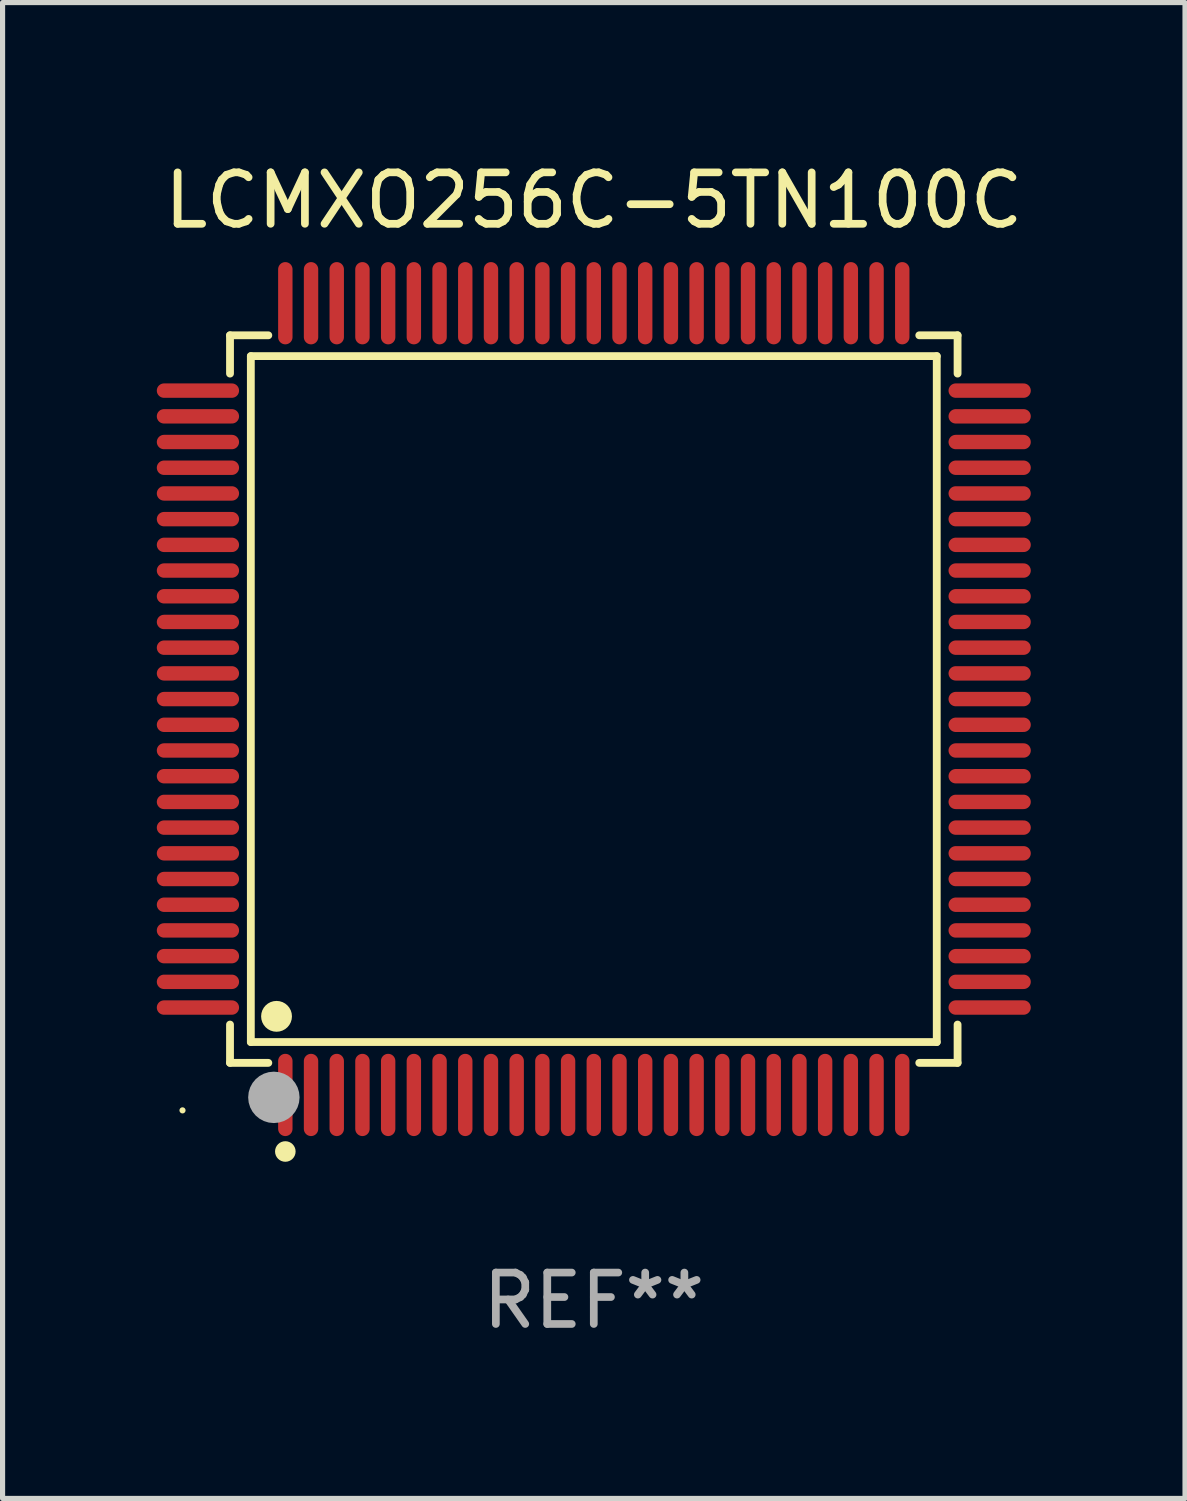
<source format=kicad_pcb>
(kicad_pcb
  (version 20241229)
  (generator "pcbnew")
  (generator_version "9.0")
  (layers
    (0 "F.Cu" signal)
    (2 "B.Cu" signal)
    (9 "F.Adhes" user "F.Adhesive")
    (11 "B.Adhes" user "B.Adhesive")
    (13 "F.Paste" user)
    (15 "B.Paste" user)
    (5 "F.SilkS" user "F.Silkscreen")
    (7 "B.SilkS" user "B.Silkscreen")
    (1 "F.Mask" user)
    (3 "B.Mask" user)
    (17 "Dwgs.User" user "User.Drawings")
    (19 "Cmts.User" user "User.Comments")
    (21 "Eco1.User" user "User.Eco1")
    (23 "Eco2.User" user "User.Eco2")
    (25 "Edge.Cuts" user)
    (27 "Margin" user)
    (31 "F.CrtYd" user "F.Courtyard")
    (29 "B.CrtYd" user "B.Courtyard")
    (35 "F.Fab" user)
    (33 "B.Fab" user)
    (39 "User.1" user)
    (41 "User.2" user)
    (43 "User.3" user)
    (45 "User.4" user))
  (footprint "LCMXO256C-5TN100C"
    (layer "F.Cu")
    (at 8.5 10.548)
    (property "Reference" "LCMXO256C-5TN100C" (at 0 -9.7 0) (layer "F.SilkS") (effects (font (size 1 1) (thickness 0.15))))
    (attr through_hole)
    (fp_line (start -7.076 -7.076) (end -6.331 -7.076) (stroke (width 0.152) (type solid)) (layer "F.SilkS"))
    (fp_line (start -7.076 -6.331) (end -7.076 -7.076) (stroke (width 0.152) (type solid)) (layer "F.SilkS"))
    (fp_line (start -7.076 6.331) (end -7.076 7.076) (stroke (width 0.152) (type solid)) (layer "F.SilkS"))
    (fp_line (start -7.076 7.076) (end -6.331 7.076) (stroke (width 0.152) (type solid)) (layer "F.SilkS"))
    (fp_line (start -6.671 -6.671) (end 6.671 -6.671) (stroke (width 0.152) (type solid)) (layer "F.SilkS"))
    (fp_line (start -6.671 6.671) (end -6.671 -6.671) (stroke (width 0.152) (type solid)) (layer "F.SilkS"))
    (fp_line (start 6.671 -6.671) (end 6.671 6.671) (stroke (width 0.152) (type solid)) (layer "F.SilkS"))
    (fp_line (start 6.671 6.671) (end -6.671 6.671) (stroke (width 0.152) (type solid)) (layer "F.SilkS"))
    (fp_line (start 7.076 -7.076) (end 6.331 -7.076) (stroke (width 0.152) (type solid)) (layer "F.SilkS"))
    (fp_line (start 7.076 -6.331) (end 7.076 -7.076) (stroke (width 0.152) (type solid)) (layer "F.SilkS"))
    (fp_line (start 7.076 6.331) (end 7.076 7.076) (stroke (width 0.152) (type solid)) (layer "F.SilkS"))
    (fp_line (start 7.076 7.076) (end 6.331 7.076) (stroke (width 0.152) (type solid)) (layer "F.SilkS"))
    (fp_circle (center -8 8) (end -7.97 8) (stroke (width 0.06) (type solid)) (fill no) (layer "F.SilkS"))
    (fp_circle (center -6.171 6.171) (end -6.021 6.171) (stroke (width 0.3) (type solid)) (fill no) (layer "F.SilkS"))
    (fp_circle (center -6 8.8) (end -5.9 8.8) (stroke (width 0.2) (type solid)) (fill no) (layer "F.SilkS"))
    (fp_circle (center -6.223 7.747) (end -5.973 7.747) (stroke (width 0.5) (type solid)) (fill no) (layer "F.Fab"))
    (fp_text user "REF**" (at 0 11.7 0) (layer "F.Fab") (effects (font (size 1 1) (thickness 0.15))))
    (pad "1" smd oval (at -6 7.7) (size 0.28 1.6) (layers "F.Cu" "F.Mask" "F.Paste"))
    (pad "2" smd oval (at -5.5 7.7) (size 0.28 1.6) (layers "F.Cu" "F.Mask" "F.Paste"))
    (pad "3" smd oval (at -5 7.7) (size 0.28 1.6) (layers "F.Cu" "F.Mask" "F.Paste"))
    (pad "4" smd oval (at -4.5 7.7) (size 0.28 1.6) (layers "F.Cu" "F.Mask" "F.Paste"))
    (pad "5" smd oval (at -4 7.7) (size 0.28 1.6) (layers "F.Cu" "F.Mask" "F.Paste"))
    (pad "6" smd oval (at -3.5 7.7) (size 0.28 1.6) (layers "F.Cu" "F.Mask" "F.Paste"))
    (pad "7" smd oval (at -3 7.7) (size 0.28 1.6) (layers "F.Cu" "F.Mask" "F.Paste"))
    (pad "8" smd oval (at -2.5 7.7) (size 0.28 1.6) (layers "F.Cu" "F.Mask" "F.Paste"))
    (pad "9" smd oval (at -2 7.7) (size 0.28 1.6) (layers "F.Cu" "F.Mask" "F.Paste"))
    (pad "10" smd oval (at -1.5 7.7) (size 0.28 1.6) (layers "F.Cu" "F.Mask" "F.Paste"))
    (pad "11" smd oval (at -1 7.7) (size 0.28 1.6) (layers "F.Cu" "F.Mask" "F.Paste"))
    (pad "12" smd oval (at -0.5 7.7) (size 0.28 1.6) (layers "F.Cu" "F.Mask" "F.Paste"))
    (pad "13" smd oval (at 0 7.7) (size 0.28 1.6) (layers "F.Cu" "F.Mask" "F.Paste"))
    (pad "14" smd oval (at 0.5 7.7) (size 0.28 1.6) (layers "F.Cu" "F.Mask" "F.Paste"))
    (pad "15" smd oval (at 1 7.7) (size 0.28 1.6) (layers "F.Cu" "F.Mask" "F.Paste"))
    (pad "16" smd oval (at 1.5 7.7) (size 0.28 1.6) (layers "F.Cu" "F.Mask" "F.Paste"))
    (pad "17" smd oval (at 2 7.7) (size 0.28 1.6) (layers "F.Cu" "F.Mask" "F.Paste"))
    (pad "18" smd oval (at 2.5 7.7) (size 0.28 1.6) (layers "F.Cu" "F.Mask" "F.Paste"))
    (pad "19" smd oval (at 3 7.7) (size 0.28 1.6) (layers "F.Cu" "F.Mask" "F.Paste"))
    (pad "20" smd oval (at 3.5 7.7) (size 0.28 1.6) (layers "F.Cu" "F.Mask" "F.Paste"))
    (pad "21" smd oval (at 4 7.7) (size 0.28 1.6) (layers "F.Cu" "F.Mask" "F.Paste"))
    (pad "22" smd oval (at 4.5 7.7) (size 0.28 1.6) (layers "F.Cu" "F.Mask" "F.Paste"))
    (pad "23" smd oval (at 5 7.7) (size 0.28 1.6) (layers "F.Cu" "F.Mask" "F.Paste"))
    (pad "24" smd oval (at 5.5 7.7) (size 0.28 1.6) (layers "F.Cu" "F.Mask" "F.Paste"))
    (pad "25" smd oval (at 6 7.7) (size 0.28 1.6) (layers "F.Cu" "F.Mask" "F.Paste"))
    (pad "26" smd oval (at 7.7 6) (size 1.6 0.28) (layers "F.Cu" "F.Mask" "F.Paste"))
    (pad "27" smd oval (at 7.7 5.5) (size 1.6 0.28) (layers "F.Cu" "F.Mask" "F.Paste"))
    (pad "28" smd oval (at 7.7 5) (size 1.6 0.28) (layers "F.Cu" "F.Mask" "F.Paste"))
    (pad "29" smd oval (at 7.7 4.5) (size 1.6 0.28) (layers "F.Cu" "F.Mask" "F.Paste"))
    (pad "30" smd oval (at 7.7 4) (size 1.6 0.28) (layers "F.Cu" "F.Mask" "F.Paste"))
    (pad "31" smd oval (at 7.7 3.5) (size 1.6 0.28) (layers "F.Cu" "F.Mask" "F.Paste"))
    (pad "32" smd oval (at 7.7 3) (size 1.6 0.28) (layers "F.Cu" "F.Mask" "F.Paste"))
    (pad "33" smd oval (at 7.7 2.5) (size 1.6 0.28) (layers "F.Cu" "F.Mask" "F.Paste"))
    (pad "34" smd oval (at 7.7 2) (size 1.6 0.28) (layers "F.Cu" "F.Mask" "F.Paste"))
    (pad "35" smd oval (at 7.7 1.5) (size 1.6 0.28) (layers "F.Cu" "F.Mask" "F.Paste"))
    (pad "36" smd oval (at 7.7 1) (size 1.6 0.28) (layers "F.Cu" "F.Mask" "F.Paste"))
    (pad "37" smd oval (at 7.7 0.5) (size 1.6 0.28) (layers "F.Cu" "F.Mask" "F.Paste"))
    (pad "38" smd oval (at 7.7 0) (size 1.6 0.28) (layers "F.Cu" "F.Mask" "F.Paste"))
    (pad "39" smd oval (at 7.7 -0.5) (size 1.6 0.28) (layers "F.Cu" "F.Mask" "F.Paste"))
    (pad "40" smd oval (at 7.7 -1) (size 1.6 0.28) (layers "F.Cu" "F.Mask" "F.Paste"))
    (pad "41" smd oval (at 7.7 -1.5) (size 1.6 0.28) (layers "F.Cu" "F.Mask" "F.Paste"))
    (pad "42" smd oval (at 7.7 -2) (size 1.6 0.28) (layers "F.Cu" "F.Mask" "F.Paste"))
    (pad "43" smd oval (at 7.7 -2.5) (size 1.6 0.28) (layers "F.Cu" "F.Mask" "F.Paste"))
    (pad "44" smd oval (at 7.7 -3) (size 1.6 0.28) (layers "F.Cu" "F.Mask" "F.Paste"))
    (pad "45" smd oval (at 7.7 -3.5) (size 1.6 0.28) (layers "F.Cu" "F.Mask" "F.Paste"))
    (pad "46" smd oval (at 7.7 -4) (size 1.6 0.28) (layers "F.Cu" "F.Mask" "F.Paste"))
    (pad "47" smd oval (at 7.7 -4.5) (size 1.6 0.28) (layers "F.Cu" "F.Mask" "F.Paste"))
    (pad "48" smd oval (at 7.7 -5) (size 1.6 0.28) (layers "F.Cu" "F.Mask" "F.Paste"))
    (pad "49" smd oval (at 7.7 -5.5) (size 1.6 0.28) (layers "F.Cu" "F.Mask" "F.Paste"))
    (pad "50" smd oval (at 7.7 -6) (size 1.6 0.28) (layers "F.Cu" "F.Mask" "F.Paste"))
    (pad "51" smd oval (at 6 -7.7) (size 0.28 1.6) (layers "F.Cu" "F.Mask" "F.Paste"))
    (pad "52" smd oval (at 5.5 -7.7) (size 0.28 1.6) (layers "F.Cu" "F.Mask" "F.Paste"))
    (pad "53" smd oval (at 5 -7.7) (size 0.28 1.6) (layers "F.Cu" "F.Mask" "F.Paste"))
    (pad "54" smd oval (at 4.5 -7.7) (size 0.28 1.6) (layers "F.Cu" "F.Mask" "F.Paste"))
    (pad "55" smd oval (at 4 -7.7) (size 0.28 1.6) (layers "F.Cu" "F.Mask" "F.Paste"))
    (pad "56" smd oval (at 3.5 -7.7) (size 0.28 1.6) (layers "F.Cu" "F.Mask" "F.Paste"))
    (pad "57" smd oval (at 3 -7.7) (size 0.28 1.6) (layers "F.Cu" "F.Mask" "F.Paste"))
    (pad "58" smd oval (at 2.5 -7.7) (size 0.28 1.6) (layers "F.Cu" "F.Mask" "F.Paste"))
    (pad "59" smd oval (at 2 -7.7) (size 0.28 1.6) (layers "F.Cu" "F.Mask" "F.Paste"))
    (pad "60" smd oval (at 1.5 -7.7) (size 0.28 1.6) (layers "F.Cu" "F.Mask" "F.Paste"))
    (pad "61" smd oval (at 1 -7.7) (size 0.28 1.6) (layers "F.Cu" "F.Mask" "F.Paste"))
    (pad "62" smd oval (at 0.5 -7.7) (size 0.28 1.6) (layers "F.Cu" "F.Mask" "F.Paste"))
    (pad "63" smd oval (at 0 -7.7) (size 0.28 1.6) (layers "F.Cu" "F.Mask" "F.Paste"))
    (pad "64" smd oval (at -0.5 -7.7) (size 0.28 1.6) (layers "F.Cu" "F.Mask" "F.Paste"))
    (pad "65" smd oval (at -1 -7.7) (size 0.28 1.6) (layers "F.Cu" "F.Mask" "F.Paste"))
    (pad "66" smd oval (at -1.5 -7.7) (size 0.28 1.6) (layers "F.Cu" "F.Mask" "F.Paste"))
    (pad "67" smd oval (at -2 -7.7) (size 0.28 1.6) (layers "F.Cu" "F.Mask" "F.Paste"))
    (pad "68" smd oval (at -2.5 -7.7) (size 0.28 1.6) (layers "F.Cu" "F.Mask" "F.Paste"))
    (pad "69" smd oval (at -3 -7.7) (size 0.28 1.6) (layers "F.Cu" "F.Mask" "F.Paste"))
    (pad "70" smd oval (at -3.5 -7.7) (size 0.28 1.6) (layers "F.Cu" "F.Mask" "F.Paste"))
    (pad "71" smd oval (at -4 -7.7) (size 0.28 1.6) (layers "F.Cu" "F.Mask" "F.Paste"))
    (pad "72" smd oval (at -4.5 -7.7) (size 0.28 1.6) (layers "F.Cu" "F.Mask" "F.Paste"))
    (pad "73" smd oval (at -5 -7.7) (size 0.28 1.6) (layers "F.Cu" "F.Mask" "F.Paste"))
    (pad "74" smd oval (at -5.5 -7.7) (size 0.28 1.6) (layers "F.Cu" "F.Mask" "F.Paste"))
    (pad "75" smd oval (at -6 -7.7) (size 0.28 1.6) (layers "F.Cu" "F.Mask" "F.Paste"))
    (pad "76" smd oval (at -7.7 -6) (size 1.6 0.28) (layers "F.Cu" "F.Mask" "F.Paste"))
    (pad "77" smd oval (at -7.7 -5.5) (size 1.6 0.28) (layers "F.Cu" "F.Mask" "F.Paste"))
    (pad "78" smd oval (at -7.7 -5) (size 1.6 0.28) (layers "F.Cu" "F.Mask" "F.Paste"))
    (pad "79" smd oval (at -7.7 -4.5) (size 1.6 0.28) (layers "F.Cu" "F.Mask" "F.Paste"))
    (pad "80" smd oval (at -7.7 -4) (size 1.6 0.28) (layers "F.Cu" "F.Mask" "F.Paste"))
    (pad "81" smd oval (at -7.7 -3.5) (size 1.6 0.28) (layers "F.Cu" "F.Mask" "F.Paste"))
    (pad "82" smd oval (at -7.7 -3) (size 1.6 0.28) (layers "F.Cu" "F.Mask" "F.Paste"))
    (pad "83" smd oval (at -7.7 -2.5) (size 1.6 0.28) (layers "F.Cu" "F.Mask" "F.Paste"))
    (pad "84" smd oval (at -7.7 -2) (size 1.6 0.28) (layers "F.Cu" "F.Mask" "F.Paste"))
    (pad "85" smd oval (at -7.7 -1.5) (size 1.6 0.28) (layers "F.Cu" "F.Mask" "F.Paste"))
    (pad "86" smd oval (at -7.7 -1) (size 1.6 0.28) (layers "F.Cu" "F.Mask" "F.Paste"))
    (pad "87" smd oval (at -7.7 -0.5) (size 1.6 0.28) (layers "F.Cu" "F.Mask" "F.Paste"))
    (pad "88" smd oval (at -7.7 0) (size 1.6 0.28) (layers "F.Cu" "F.Mask" "F.Paste"))
    (pad "89" smd oval (at -7.7 0.5) (size 1.6 0.28) (layers "F.Cu" "F.Mask" "F.Paste"))
    (pad "90" smd oval (at -7.7 1) (size 1.6 0.28) (layers "F.Cu" "F.Mask" "F.Paste"))
    (pad "91" smd oval (at -7.7 1.5) (size 1.6 0.28) (layers "F.Cu" "F.Mask" "F.Paste"))
    (pad "92" smd oval (at -7.7 2) (size 1.6 0.28) (layers "F.Cu" "F.Mask" "F.Paste"))
    (pad "93" smd oval (at -7.7 2.5) (size 1.6 0.28) (layers "F.Cu" "F.Mask" "F.Paste"))
    (pad "94" smd oval (at -7.7 3) (size 1.6 0.28) (layers "F.Cu" "F.Mask" "F.Paste"))
    (pad "95" smd oval (at -7.7 3.5) (size 1.6 0.28) (layers "F.Cu" "F.Mask" "F.Paste"))
    (pad "96" smd oval (at -7.7 4) (size 1.6 0.28) (layers "F.Cu" "F.Mask" "F.Paste"))
    (pad "97" smd oval (at -7.7 4.5) (size 1.6 0.28) (layers "F.Cu" "F.Mask" "F.Paste"))
    (pad "98" smd oval (at -7.7 5) (size 1.6 0.28) (layers "F.Cu" "F.Mask" "F.Paste"))
    (pad "99" smd oval (at -7.7 5.5) (size 1.6 0.28) (layers "F.Cu" "F.Mask" "F.Paste"))
    (pad "100" smd oval (at -7.7 6) (size 1.6 0.28) (layers "F.Cu" "F.Mask" "F.Paste")))
  (gr_rect
    (start -3 -3)
    (end 20 26.097)
    (stroke (width 0.1) (type default))
    (fill no)
    (layer "Edge.Cuts")))
</source>
